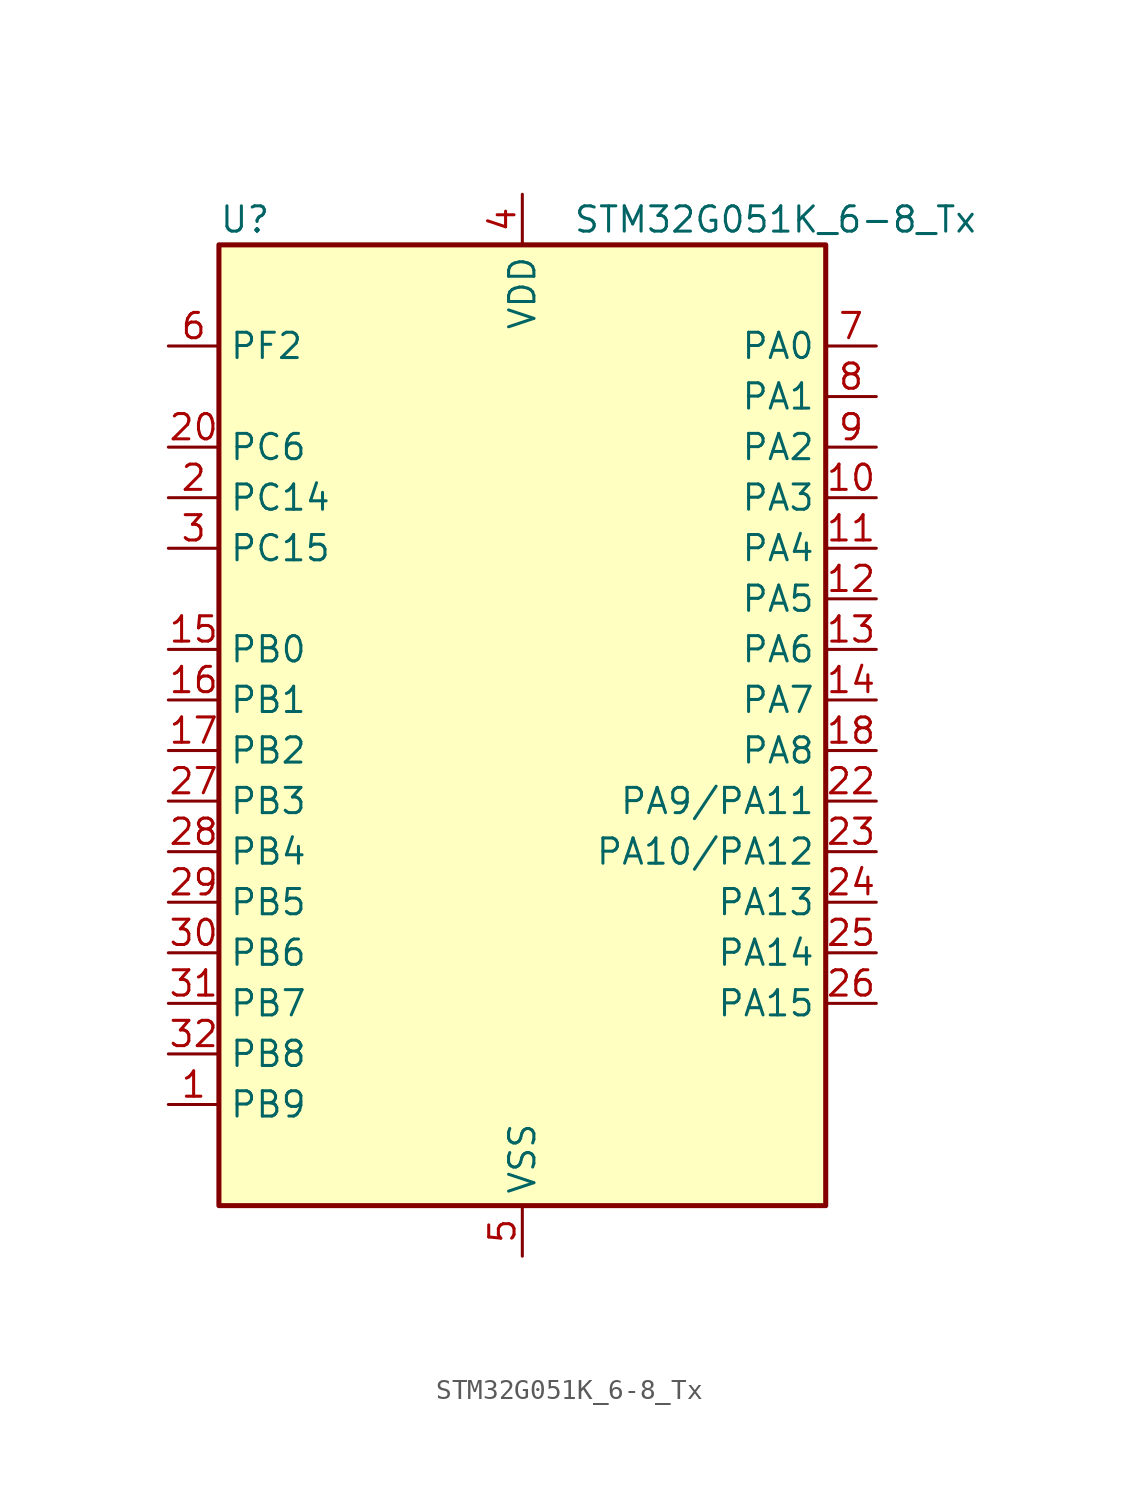
<source format=kicad_sym>
(kicad_symbol_lib
  (version 20231120)
  (generator "kicad-library-utils")
  (generator_version "8.0")
  (symbol "STM32G051K_6-8_Tx"
    (property "Reference" "U"
      (at -15.24 26.67 0)
      (effects (font (size 1.27 1.27)) (justify left)))
    (property "Value" "STM32G051K_6-8_Tx"
      (at 2.54 26.67 0)
      (effects (font (size 1.27 1.27)) (justify left)))
    (symbol "STM32G051K_6-8_Tx_0_1"
      (rectangle (start -15.24 -22.86) (end 15.24 25.4) (stroke (width 0.254) (type default)) (fill (type background))))
    (symbol "STM32G051K_6-8_Tx_1_1"
      (pin bidirectional line (at -17.78 -17.78 0) (length 2.54) (name "PB9" (effects (font (size 1.27 1.27)))) (number "1" (effects (font (size 1.27 1.27)))) (alternate "DAC1_EXTI9" bidirectional line) (alternate "I2C1_SDA" bidirectional line) (alternate "IR_OUT" bidirectional line) (alternate "SPI2_NSS" bidirectional line) (alternate "TIM17_CH1" bidirectional line))
      (pin bidirectional line (at 17.78 12.7 180) (length 2.54) (name "PA3" (effects (font (size 1.27 1.27)))) (number "10" (effects (font (size 1.27 1.27)))) (alternate "ADC1_IN3" bidirectional line) (alternate "COMP2_INP" bidirectional line) (alternate "LPUART1_RX" bidirectional line) (alternate "SPI2_MISO" bidirectional line) (alternate "TIM15_CH2" bidirectional line) (alternate "TIM2_CH4" bidirectional line) (alternate "USART2_RX" bidirectional line))
      (pin bidirectional line (at 17.78 10.16 180) (length 2.54) (name "PA4" (effects (font (size 1.27 1.27)))) (number "11" (effects (font (size 1.27 1.27)))) (alternate "ADC1_IN4" bidirectional line) (alternate "DAC1_OUT1" bidirectional line) (alternate "I2S1_WS" bidirectional line) (alternate "LPTIM2_OUT" bidirectional line) (alternate "RTC_OUT1" bidirectional line) (alternate "RTC_TAMP_IN1" bidirectional line) (alternate "RTC_TS" bidirectional line) (alternate "SPI1_NSS" bidirectional line) (alternate "SPI2_MOSI" bidirectional line) (alternate "SYS_WKUP2" bidirectional line) (alternate "TIM14_CH1" bidirectional line))
      (pin bidirectional line (at 17.78 7.62 180) (length 2.54) (name "PA5" (effects (font (size 1.27 1.27)))) (number "12" (effects (font (size 1.27 1.27)))) (alternate "ADC1_IN5" bidirectional line) (alternate "DAC1_OUT2" bidirectional line) (alternate "I2S1_CK" bidirectional line) (alternate "LPTIM2_ETR" bidirectional line) (alternate "SPI1_SCK" bidirectional line) (alternate "TIM2_CH1" bidirectional line) (alternate "TIM2_ETR" bidirectional line))
      (pin bidirectional line (at 17.78 5.08 180) (length 2.54) (name "PA6" (effects (font (size 1.27 1.27)))) (number "13" (effects (font (size 1.27 1.27)))) (alternate "ADC1_IN6" bidirectional line) (alternate "COMP1_OUT" bidirectional line) (alternate "I2S1_MCK" bidirectional line) (alternate "LPUART1_CTS" bidirectional line) (alternate "SPI1_MISO" bidirectional line) (alternate "TIM16_CH1" bidirectional line) (alternate "TIM1_BK" bidirectional line) (alternate "TIM3_CH1" bidirectional line))
      (pin bidirectional line (at 17.78 2.54 180) (length 2.54) (name "PA7" (effects (font (size 1.27 1.27)))) (number "14" (effects (font (size 1.27 1.27)))) (alternate "ADC1_IN7" bidirectional line) (alternate "COMP2_OUT" bidirectional line) (alternate "I2S1_SD" bidirectional line) (alternate "SPI1_MOSI" bidirectional line) (alternate "TIM14_CH1" bidirectional line) (alternate "TIM17_CH1" bidirectional line) (alternate "TIM1_CH1N" bidirectional line) (alternate "TIM3_CH2" bidirectional line))
      (pin bidirectional line (at -17.78 5.08 0) (length 2.54) (name "PB0" (effects (font (size 1.27 1.27)))) (number "15" (effects (font (size 1.27 1.27)))) (alternate "ADC1_IN8" bidirectional line) (alternate "COMP1_OUT" bidirectional line) (alternate "I2S1_WS" bidirectional line) (alternate "LPTIM1_OUT" bidirectional line) (alternate "SPI1_NSS" bidirectional line) (alternate "TIM1_CH2N" bidirectional line) (alternate "TIM3_CH3" bidirectional line))
      (pin bidirectional line (at -17.78 2.54 0) (length 2.54) (name "PB1" (effects (font (size 1.27 1.27)))) (number "16" (effects (font (size 1.27 1.27)))) (alternate "ADC1_IN9" bidirectional line) (alternate "COMP1_INM" bidirectional line) (alternate "LPTIM2_IN1" bidirectional line) (alternate "LPUART1_DE" bidirectional line) (alternate "LPUART1_RTS" bidirectional line) (alternate "TIM14_CH1" bidirectional line) (alternate "TIM1_CH3N" bidirectional line) (alternate "TIM3_CH4" bidirectional line))
      (pin bidirectional line (at -17.78 0 0) (length 2.54) (name "PB2" (effects (font (size 1.27 1.27)))) (number "17" (effects (font (size 1.27 1.27)))) (alternate "ADC1_IN10" bidirectional line) (alternate "COMP1_INP" bidirectional line) (alternate "LPTIM1_OUT" bidirectional line) (alternate "SPI2_MISO" bidirectional line))
      (pin bidirectional line (at 17.78 0 180) (length 2.54) (name "PA8" (effects (font (size 1.27 1.27)))) (number "18" (effects (font (size 1.27 1.27)))) (alternate "LPTIM2_OUT" bidirectional line) (alternate "RCC_MCO" bidirectional line) (alternate "SPI2_NSS" bidirectional line) (alternate "TIM1_CH1" bidirectional line))
      (pin no_connect line (at -15.24 -22.86 0) (length 2.54) hide (name "NC/PA9" (effects (font (size 1.27 1.27)))) (number "19" (effects (font (size 1.27 1.27)))) (alternate "NC" bidirectional line) (alternate "PA9" bidirectional line) (alternate "DAC1_EXTI9 (PA9)" bidirectional line) (alternate "I2C1_SCL (PA9)" bidirectional line) (alternate "RCC_MCO (PA9)" bidirectional line) (alternate "SPI2_MISO (PA9)" bidirectional line) (alternate "TIM15_BK (PA9)" bidirectional line) (alternate "TIM1_CH2 (PA9)" bidirectional line) (alternate "USART1_TX (PA9)" bidirectional line))
      (pin bidirectional line (at -17.78 12.7 0) (length 2.54) (name "PC14" (effects (font (size 1.27 1.27)))) (number "2" (effects (font (size 1.27 1.27)))) (alternate "RCC_OSC32_IN" bidirectional line) (alternate "RCC_OSC_IN" bidirectional line) (alternate "TIM1_BK2" bidirectional line))
      (pin bidirectional line (at -17.78 15.24 0) (length 2.54) (name "PC6" (effects (font (size 1.27 1.27)))) (number "20" (effects (font (size 1.27 1.27)))) (alternate "TIM2_CH3" bidirectional line) (alternate "TIM3_CH1" bidirectional line))
      (pin no_connect line (at -15.24 -20.32 0) (length 2.54) hide (name "NC/PA10" (effects (font (size 1.27 1.27)))) (number "21" (effects (font (size 1.27 1.27)))) (alternate "NC" bidirectional line) (alternate "PA10" bidirectional line) (alternate "I2C1_SDA (PA10)" bidirectional line) (alternate "SPI2_MOSI (PA10)" bidirectional line) (alternate "TIM17_BK (PA10)" bidirectional line) (alternate "TIM1_CH3 (PA10)" bidirectional line) (alternate "USART1_RX (PA10)" bidirectional line))
      (pin bidirectional line (at 17.78 -2.54 180) (length 2.54) (name "PA9/PA11" (effects (font (size 1.27 1.27)))) (number "22" (effects (font (size 1.27 1.27)))) (alternate "PA9" bidirectional line) (alternate "DAC1_EXTI9 (PA9)" bidirectional line) (alternate "I2C1_SCL (PA9)" bidirectional line) (alternate "RCC_MCO (PA9)" bidirectional line) (alternate "SPI2_MISO (PA9)" bidirectional line) (alternate "TIM15_BK (PA9)" bidirectional line) (alternate "TIM1_CH2 (PA9)" bidirectional line) (alternate "USART1_TX (PA9)" bidirectional line) (alternate "PA11" bidirectional line) (alternate "ADC1_EXTI11 (PA11)" bidirectional line) (alternate "ADC1_IN15 (PA11)" bidirectional line) (alternate "COMP1_OUT (PA11)" bidirectional line) (alternate "I2C2_SCL (PA11)" bidirectional line) (alternate "I2S1_MCK (PA11)" bidirectional line) (alternate "SPI1_MISO (PA11)" bidirectional line) (alternate "TIM1_BK2 (PA11)" bidirectional line) (alternate "TIM1_CH4 (PA11)" bidirectional line) (alternate "USART1_CTS (PA11)" bidirectional line) (alternate "USART1_NSS (PA11)" bidirectional line))
      (pin bidirectional line (at 17.78 -5.08 180) (length 2.54) (name "PA10/PA12" (effects (font (size 1.27 1.27)))) (number "23" (effects (font (size 1.27 1.27)))) (alternate "PA10" bidirectional line) (alternate "I2C1_SDA (PA10)" bidirectional line) (alternate "SPI2_MOSI (PA10)" bidirectional line) (alternate "TIM17_BK (PA10)" bidirectional line) (alternate "TIM1_CH3 (PA10)" bidirectional line) (alternate "USART1_RX (PA10)" bidirectional line) (alternate "PA12" bidirectional line) (alternate "ADC1_IN16 (PA12)" bidirectional line) (alternate "COMP2_OUT (PA12)" bidirectional line) (alternate "I2C2_SDA (PA12)" bidirectional line) (alternate "I2S1_SD (PA12)" bidirectional line) (alternate "I2S_CKIN (PA12)" bidirectional line) (alternate "SPI1_MOSI (PA12)" bidirectional line) (alternate "TIM1_ETR (PA12)" bidirectional line) (alternate "USART1_CK (PA12)" bidirectional line) (alternate "USART1_DE (PA12)" bidirectional line) (alternate "USART1_RTS (PA12)" bidirectional line))
      (pin bidirectional line (at 17.78 -7.62 180) (length 2.54) (name "PA13" (effects (font (size 1.27 1.27)))) (number "24" (effects (font (size 1.27 1.27)))) (alternate "ADC1_IN17" bidirectional line) (alternate "IR_OUT" bidirectional line) (alternate "SYS_SWDIO" bidirectional line))
      (pin bidirectional line (at 17.78 -10.16 180) (length 2.54) (name "PA14" (effects (font (size 1.27 1.27)))) (number "25" (effects (font (size 1.27 1.27)))) (alternate "ADC1_IN18" bidirectional line) (alternate "SYS_SWCLK" bidirectional line) (alternate "USART2_TX" bidirectional line))
      (pin bidirectional line (at 17.78 -12.7 180) (length 2.54) (name "PA15" (effects (font (size 1.27 1.27)))) (number "26" (effects (font (size 1.27 1.27)))) (alternate "I2S1_WS" bidirectional line) (alternate "SPI1_NSS" bidirectional line) (alternate "TIM2_CH1" bidirectional line) (alternate "TIM2_ETR" bidirectional line) (alternate "USART2_RX" bidirectional line))
      (pin bidirectional line (at -17.78 -2.54 0) (length 2.54) (name "PB3" (effects (font (size 1.27 1.27)))) (number "27" (effects (font (size 1.27 1.27)))) (alternate "COMP2_INM" bidirectional line) (alternate "I2S1_CK" bidirectional line) (alternate "SPI1_SCK" bidirectional line) (alternate "TIM1_CH2" bidirectional line) (alternate "TIM2_CH2" bidirectional line) (alternate "USART1_CK" bidirectional line) (alternate "USART1_DE" bidirectional line) (alternate "USART1_RTS" bidirectional line))
      (pin bidirectional line (at -17.78 -5.08 0) (length 2.54) (name "PB4" (effects (font (size 1.27 1.27)))) (number "28" (effects (font (size 1.27 1.27)))) (alternate "COMP2_INP" bidirectional line) (alternate "I2S1_MCK" bidirectional line) (alternate "SPI1_MISO" bidirectional line) (alternate "TIM17_BK" bidirectional line) (alternate "TIM3_CH1" bidirectional line) (alternate "USART1_CTS" bidirectional line) (alternate "USART1_NSS" bidirectional line))
      (pin bidirectional line (at -17.78 -7.62 0) (length 2.54) (name "PB5" (effects (font (size 1.27 1.27)))) (number "29" (effects (font (size 1.27 1.27)))) (alternate "COMP2_OUT" bidirectional line) (alternate "I2C1_SMBA" bidirectional line) (alternate "I2S1_SD" bidirectional line) (alternate "LPTIM1_IN1" bidirectional line) (alternate "SPI1_MOSI" bidirectional line) (alternate "SYS_WKUP6" bidirectional line) (alternate "TIM16_BK" bidirectional line) (alternate "TIM3_CH2" bidirectional line))
      (pin bidirectional line (at -17.78 10.16 0) (length 2.54) (name "PC15" (effects (font (size 1.27 1.27)))) (number "3" (effects (font (size 1.27 1.27)))) (alternate "RCC_OSC32_EN" bidirectional line) (alternate "RCC_OSC32_OUT" bidirectional line) (alternate "RCC_OSC_EN" bidirectional line) (alternate "TIM15_BK" bidirectional line))
      (pin bidirectional line (at -17.78 -10.16 0) (length 2.54) (name "PB6" (effects (font (size 1.27 1.27)))) (number "30" (effects (font (size 1.27 1.27)))) (alternate "COMP2_INP" bidirectional line) (alternate "I2C1_SCL" bidirectional line) (alternate "LPTIM1_ETR" bidirectional line) (alternate "SPI2_MISO" bidirectional line) (alternate "TIM16_CH1N" bidirectional line) (alternate "TIM1_CH3" bidirectional line) (alternate "USART1_TX" bidirectional line))
      (pin bidirectional line (at -17.78 -12.7 0) (length 2.54) (name "PB7" (effects (font (size 1.27 1.27)))) (number "31" (effects (font (size 1.27 1.27)))) (alternate "ADC1_IN11" bidirectional line) (alternate "COMP2_INM" bidirectional line) (alternate "I2C1_SDA" bidirectional line) (alternate "LPTIM1_IN2" bidirectional line) (alternate "SPI2_MOSI" bidirectional line) (alternate "SYS_PVD_IN" bidirectional line) (alternate "TIM17_CH1N" bidirectional line) (alternate "USART1_RX" bidirectional line))
      (pin bidirectional line (at -17.78 -15.24 0) (length 2.54) (name "PB8" (effects (font (size 1.27 1.27)))) (number "32" (effects (font (size 1.27 1.27)))) (alternate "I2C1_SCL" bidirectional line) (alternate "SPI2_SCK" bidirectional line) (alternate "TIM15_BK" bidirectional line) (alternate "TIM16_CH1" bidirectional line))
      (pin power_in line (at 0 27.94 270) (length 2.54) (name "VDD" (effects (font (size 1.27 1.27)))) (number "4" (effects (font (size 1.27 1.27)))))
      (pin power_in line (at 0 -25.4 90) (length 2.54) (name "VSS" (effects (font (size 1.27 1.27)))) (number "5" (effects (font (size 1.27 1.27)))))
      (pin bidirectional line (at -17.78 20.32 0) (length 2.54) (name "PF2" (effects (font (size 1.27 1.27)))) (number "6" (effects (font (size 1.27 1.27)))) (alternate "RCC_MCO" bidirectional line))
      (pin bidirectional line (at 17.78 20.32 180) (length 2.54) (name "PA0" (effects (font (size 1.27 1.27)))) (number "7" (effects (font (size 1.27 1.27)))) (alternate "ADC1_IN0" bidirectional line) (alternate "COMP1_INM" bidirectional line) (alternate "COMP1_OUT" bidirectional line) (alternate "LPTIM1_OUT" bidirectional line) (alternate "RTC_TAMP_IN2" bidirectional line) (alternate "SPI2_SCK" bidirectional line) (alternate "SYS_WKUP1" bidirectional line) (alternate "TIM2_CH1" bidirectional line) (alternate "TIM2_ETR" bidirectional line) (alternate "USART2_CTS" bidirectional line) (alternate "USART2_NSS" bidirectional line))
      (pin bidirectional line (at 17.78 17.78 180) (length 2.54) (name "PA1" (effects (font (size 1.27 1.27)))) (number "8" (effects (font (size 1.27 1.27)))) (alternate "ADC1_IN1" bidirectional line) (alternate "COMP1_INP" bidirectional line) (alternate "I2C1_SMBA" bidirectional line) (alternate "I2S1_CK" bidirectional line) (alternate "SPI1_SCK" bidirectional line) (alternate "TIM15_CH1N" bidirectional line) (alternate "TIM2_CH2" bidirectional line) (alternate "USART2_CK" bidirectional line) (alternate "USART2_DE" bidirectional line) (alternate "USART2_RTS" bidirectional line))
      (pin bidirectional line (at 17.78 15.24 180) (length 2.54) (name "PA2" (effects (font (size 1.27 1.27)))) (number "9" (effects (font (size 1.27 1.27)))) (alternate "ADC1_IN2" bidirectional line) (alternate "COMP2_INM" bidirectional line) (alternate "COMP2_OUT" bidirectional line) (alternate "I2S1_SD" bidirectional line) (alternate "LPUART1_TX" bidirectional line) (alternate "RCC_LSCO" bidirectional line) (alternate "SPI1_MOSI" bidirectional line) (alternate "SYS_WKUP4" bidirectional line) (alternate "TIM15_CH1" bidirectional line) (alternate "TIM2_CH3" bidirectional line) (alternate "USART2_TX" bidirectional line)))))
</source>
